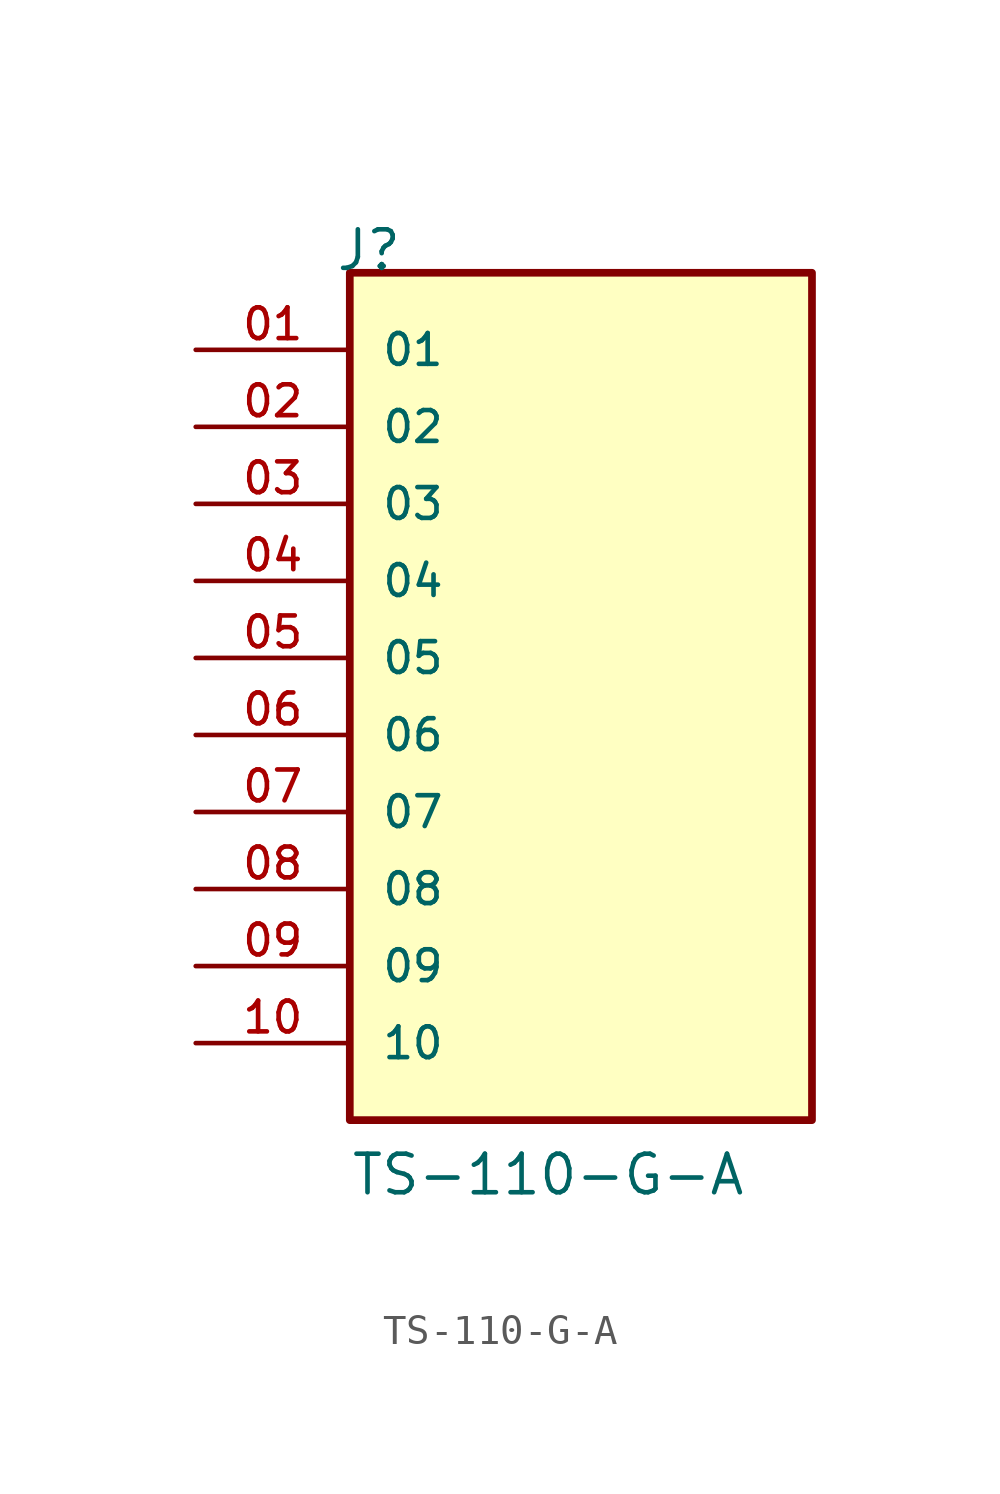
<source format=kicad_sym>
(kicad_symbol_lib
  (version 20211014)
  (generator kicad_symbol_editor)
  (symbol "TS-110-G-A"
    (pin_names
      (offset 1.016))
    (property "Reference" "J"
      (at -8.12 15.24 0)
      (effects (font (size 1.27 1.27)) (justify bottom left)))
    (property "Value" "TS-110-G-A"
      (at -7.62 -15.24 0)
      (effects (font (size 1.27 1.27)) (justify bottom left)))
    (symbol "TS-110-G-A_0_0"
      (rectangle (start -7.62 -12.7) (end 7.62 15.24) (stroke (width 0.254)) (fill (type background)))
      (pin passive line (at -12.7 12.7 0) (length 5.08) (name "01" (effects (font (size 1.016 1.016)))) (number "01" (effects (font (size 1.016 1.016)))))
      (pin passive line (at -12.7 10.16 0) (length 5.08) (name "02" (effects (font (size 1.016 1.016)))) (number "02" (effects (font (size 1.016 1.016)))))
      (pin passive line (at -12.7 7.62 0) (length 5.08) (name "03" (effects (font (size 1.016 1.016)))) (number "03" (effects (font (size 1.016 1.016)))))
      (pin passive line (at -12.7 5.08 0) (length 5.08) (name "04" (effects (font (size 1.016 1.016)))) (number "04" (effects (font (size 1.016 1.016)))))
      (pin passive line (at -12.7 2.54 0) (length 5.08) (name "05" (effects (font (size 1.016 1.016)))) (number "05" (effects (font (size 1.016 1.016)))))
      (pin passive line (at -12.7 0.0 0) (length 5.08) (name "06" (effects (font (size 1.016 1.016)))) (number "06" (effects (font (size 1.016 1.016)))))
      (pin passive line (at -12.7 -2.54 0) (length 5.08) (name "07" (effects (font (size 1.016 1.016)))) (number "07" (effects (font (size 1.016 1.016)))))
      (pin passive line (at -12.7 -5.08 0) (length 5.08) (name "08" (effects (font (size 1.016 1.016)))) (number "08" (effects (font (size 1.016 1.016)))))
      (pin passive line (at -12.7 -7.62 0) (length 5.08) (name "09" (effects (font (size 1.016 1.016)))) (number "09" (effects (font (size 1.016 1.016)))))
      (pin passive line (at -12.7 -10.16 0) (length 5.08) (name "10" (effects (font (size 1.016 1.016)))) (number "10" (effects (font (size 1.016 1.016))))))))
</source>
